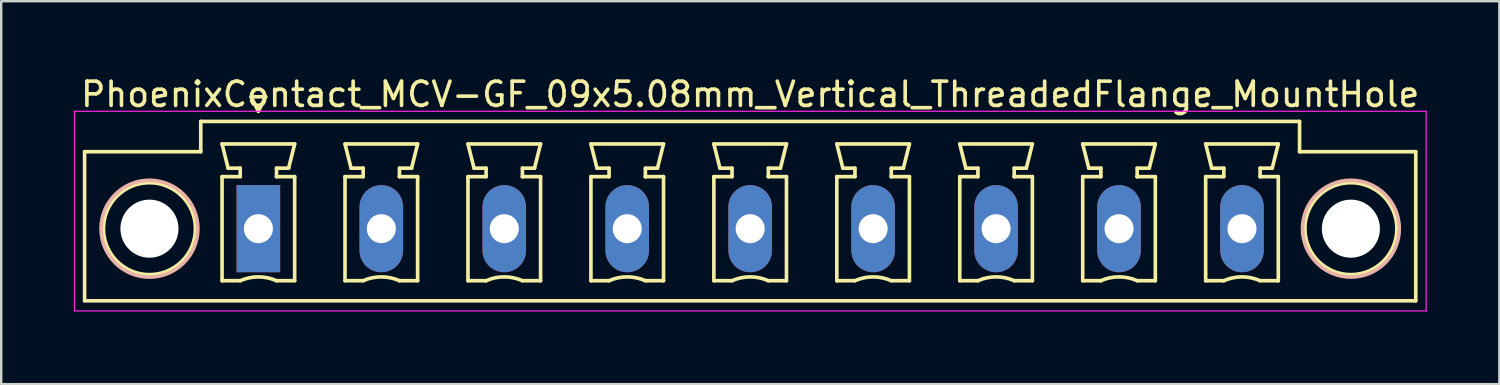
<source format=kicad_pcb>
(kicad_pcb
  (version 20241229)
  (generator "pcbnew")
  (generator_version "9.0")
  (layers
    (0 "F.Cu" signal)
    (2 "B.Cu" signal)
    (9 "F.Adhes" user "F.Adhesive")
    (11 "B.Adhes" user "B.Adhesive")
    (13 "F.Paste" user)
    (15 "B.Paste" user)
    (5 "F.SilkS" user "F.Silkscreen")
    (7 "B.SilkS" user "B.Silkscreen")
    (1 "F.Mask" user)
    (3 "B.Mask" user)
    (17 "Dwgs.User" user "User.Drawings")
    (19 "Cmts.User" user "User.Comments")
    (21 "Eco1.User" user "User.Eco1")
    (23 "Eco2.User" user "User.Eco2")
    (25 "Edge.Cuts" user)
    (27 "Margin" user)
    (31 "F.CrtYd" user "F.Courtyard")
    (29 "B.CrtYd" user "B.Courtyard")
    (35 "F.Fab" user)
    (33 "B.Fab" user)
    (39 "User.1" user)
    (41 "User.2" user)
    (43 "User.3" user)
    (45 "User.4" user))
  (footprint "PhoenixContact_MCV-GF_09x5.08mm_Vertical_ThreadedFlange_MountHole"
    (layer "F.Cu")
    (at 7.625 6.398)
    (property "Reference" "PhoenixContact_MCV-GF_09x5.08mm_Vertical_ThreadedFlange_MountHole" (at 20.32 -5.55 0) (layer "F.SilkS") (effects (font (size 1 1) (thickness 0.15))))
    (attr through_hole)
    (fp_line (start -7.18 -3.18) (end -7.18 2.98) (stroke (width 0.15) (type solid)) (layer "F.SilkS"))
    (fp_line (start -7.18 2.98) (end 47.82 2.98) (stroke (width 0.15) (type solid)) (layer "F.SilkS"))
    (fp_line (start -2.38 -4.43) (end -2.38 -3.18) (stroke (width 0.15) (type solid)) (layer "F.SilkS"))
    (fp_line (start -2.38 -3.18) (end -7.18 -3.18) (stroke (width 0.15) (type solid)) (layer "F.SilkS"))
    (fp_line (start -1.5 -3.5) (end 1.5 -3.5) (stroke (width 0.15) (type solid)) (layer "F.SilkS"))
    (fp_line (start -1.5 -2.15) (end -0.75 -2.15) (stroke (width 0.15) (type solid)) (layer "F.SilkS"))
    (fp_line (start -1.5 2.15) (end -1.5 -2.15) (stroke (width 0.15) (type solid)) (layer "F.SilkS"))
    (fp_line (start -1.25 -2.5) (end -1.5 -3.5) (stroke (width 0.15) (type solid)) (layer "F.SilkS"))
    (fp_line (start -0.75 -2.5) (end -1.25 -2.5) (stroke (width 0.15) (type solid)) (layer "F.SilkS"))
    (fp_line (start -0.75 -2.15) (end -0.75 -2.5) (stroke (width 0.15) (type solid)) (layer "F.SilkS"))
    (fp_line (start -0.75 2.15) (end -1.5 2.15) (stroke (width 0.15) (type solid)) (layer "F.SilkS"))
    (fp_line (start -0.3 -5.45) (end 0 -4.85) (stroke (width 0.15) (type solid)) (layer "F.SilkS"))
    (fp_line (start 0 -4.85) (end 0.3 -5.45) (stroke (width 0.15) (type solid)) (layer "F.SilkS"))
    (fp_line (start 0.3 -5.45) (end -0.3 -5.45) (stroke (width 0.15) (type solid)) (layer "F.SilkS"))
    (fp_line (start 0.75 -2.5) (end 0.75 -2.15) (stroke (width 0.15) (type solid)) (layer "F.SilkS"))
    (fp_line (start 0.75 -2.15) (end 0.75 -2.15) (stroke (width 0.15) (type solid)) (layer "F.SilkS"))
    (fp_line (start 0.75 -2.15) (end 1.5 -2.15) (stroke (width 0.15) (type solid)) (layer "F.SilkS"))
    (fp_line (start 1.25 -2.5) (end 0.75 -2.5) (stroke (width 0.15) (type solid)) (layer "F.SilkS"))
    (fp_line (start 1.5 -3.5) (end 1.25 -2.5) (stroke (width 0.15) (type solid)) (layer "F.SilkS"))
    (fp_line (start 1.5 -2.15) (end 1.5 2.15) (stroke (width 0.15) (type solid)) (layer "F.SilkS"))
    (fp_line (start 1.5 2.15) (end 0.75 2.15) (stroke (width 0.15) (type solid)) (layer "F.SilkS"))
    (fp_line (start 3.58 -3.5) (end 6.58 -3.5) (stroke (width 0.15) (type solid)) (layer "F.SilkS"))
    (fp_line (start 3.58 -2.15) (end 4.33 -2.15) (stroke (width 0.15) (type solid)) (layer "F.SilkS"))
    (fp_line (start 3.58 2.15) (end 3.58 -2.15) (stroke (width 0.15) (type solid)) (layer "F.SilkS"))
    (fp_line (start 3.83 -2.5) (end 3.58 -3.5) (stroke (width 0.15) (type solid)) (layer "F.SilkS"))
    (fp_line (start 4.33 -2.5) (end 3.83 -2.5) (stroke (width 0.15) (type solid)) (layer "F.SilkS"))
    (fp_line (start 4.33 -2.15) (end 4.33 -2.5) (stroke (width 0.15) (type solid)) (layer "F.SilkS"))
    (fp_line (start 4.33 2.15) (end 3.58 2.15) (stroke (width 0.15) (type solid)) (layer "F.SilkS"))
    (fp_line (start 5.83 -2.5) (end 5.83 -2.15) (stroke (width 0.15) (type solid)) (layer "F.SilkS"))
    (fp_line (start 5.83 -2.15) (end 5.83 -2.15) (stroke (width 0.15) (type solid)) (layer "F.SilkS"))
    (fp_line (start 5.83 -2.15) (end 6.58 -2.15) (stroke (width 0.15) (type solid)) (layer "F.SilkS"))
    (fp_line (start 6.33 -2.5) (end 5.83 -2.5) (stroke (width 0.15) (type solid)) (layer "F.SilkS"))
    (fp_line (start 6.58 -3.5) (end 6.33 -2.5) (stroke (width 0.15) (type solid)) (layer "F.SilkS"))
    (fp_line (start 6.58 -2.15) (end 6.58 2.15) (stroke (width 0.15) (type solid)) (layer "F.SilkS"))
    (fp_line (start 6.58 2.15) (end 5.83 2.15) (stroke (width 0.15) (type solid)) (layer "F.SilkS"))
    (fp_line (start 8.66 -3.5) (end 11.66 -3.5) (stroke (width 0.15) (type solid)) (layer "F.SilkS"))
    (fp_line (start 8.66 -2.15) (end 9.41 -2.15) (stroke (width 0.15) (type solid)) (layer "F.SilkS"))
    (fp_line (start 8.66 2.15) (end 8.66 -2.15) (stroke (width 0.15) (type solid)) (layer "F.SilkS"))
    (fp_line (start 8.91 -2.5) (end 8.66 -3.5) (stroke (width 0.15) (type solid)) (layer "F.SilkS"))
    (fp_line (start 9.41 -2.5) (end 8.91 -2.5) (stroke (width 0.15) (type solid)) (layer "F.SilkS"))
    (fp_line (start 9.41 -2.15) (end 9.41 -2.5) (stroke (width 0.15) (type solid)) (layer "F.SilkS"))
    (fp_line (start 9.41 2.15) (end 8.66 2.15) (stroke (width 0.15) (type solid)) (layer "F.SilkS"))
    (fp_line (start 10.91 -2.5) (end 10.91 -2.15) (stroke (width 0.15) (type solid)) (layer "F.SilkS"))
    (fp_line (start 10.91 -2.15) (end 10.91 -2.15) (stroke (width 0.15) (type solid)) (layer "F.SilkS"))
    (fp_line (start 10.91 -2.15) (end 11.66 -2.15) (stroke (width 0.15) (type solid)) (layer "F.SilkS"))
    (fp_line (start 11.41 -2.5) (end 10.91 -2.5) (stroke (width 0.15) (type solid)) (layer "F.SilkS"))
    (fp_line (start 11.66 -3.5) (end 11.41 -2.5) (stroke (width 0.15) (type solid)) (layer "F.SilkS"))
    (fp_line (start 11.66 -2.15) (end 11.66 2.15) (stroke (width 0.15) (type solid)) (layer "F.SilkS"))
    (fp_line (start 11.66 2.15) (end 10.91 2.15) (stroke (width 0.15) (type solid)) (layer "F.SilkS"))
    (fp_line (start 13.74 -3.5) (end 16.74 -3.5) (stroke (width 0.15) (type solid)) (layer "F.SilkS"))
    (fp_line (start 13.74 -2.15) (end 14.49 -2.15) (stroke (width 0.15) (type solid)) (layer "F.SilkS"))
    (fp_line (start 13.74 2.15) (end 13.74 -2.15) (stroke (width 0.15) (type solid)) (layer "F.SilkS"))
    (fp_line (start 13.99 -2.5) (end 13.74 -3.5) (stroke (width 0.15) (type solid)) (layer "F.SilkS"))
    (fp_line (start 14.49 -2.5) (end 13.99 -2.5) (stroke (width 0.15) (type solid)) (layer "F.SilkS"))
    (fp_line (start 14.49 -2.15) (end 14.49 -2.5) (stroke (width 0.15) (type solid)) (layer "F.SilkS"))
    (fp_line (start 14.49 2.15) (end 13.74 2.15) (stroke (width 0.15) (type solid)) (layer "F.SilkS"))
    (fp_line (start 15.99 -2.5) (end 15.99 -2.15) (stroke (width 0.15) (type solid)) (layer "F.SilkS"))
    (fp_line (start 15.99 -2.15) (end 15.99 -2.15) (stroke (width 0.15) (type solid)) (layer "F.SilkS"))
    (fp_line (start 15.99 -2.15) (end 16.74 -2.15) (stroke (width 0.15) (type solid)) (layer "F.SilkS"))
    (fp_line (start 16.49 -2.5) (end 15.99 -2.5) (stroke (width 0.15) (type solid)) (layer "F.SilkS"))
    (fp_line (start 16.74 -3.5) (end 16.49 -2.5) (stroke (width 0.15) (type solid)) (layer "F.SilkS"))
    (fp_line (start 16.74 -2.15) (end 16.74 2.15) (stroke (width 0.15) (type solid)) (layer "F.SilkS"))
    (fp_line (start 16.74 2.15) (end 15.99 2.15) (stroke (width 0.15) (type solid)) (layer "F.SilkS"))
    (fp_line (start 18.82 -3.5) (end 21.82 -3.5) (stroke (width 0.15) (type solid)) (layer "F.SilkS"))
    (fp_line (start 18.82 -2.15) (end 19.57 -2.15) (stroke (width 0.15) (type solid)) (layer "F.SilkS"))
    (fp_line (start 18.82 2.15) (end 18.82 -2.15) (stroke (width 0.15) (type solid)) (layer "F.SilkS"))
    (fp_line (start 19.07 -2.5) (end 18.82 -3.5) (stroke (width 0.15) (type solid)) (layer "F.SilkS"))
    (fp_line (start 19.57 -2.5) (end 19.07 -2.5) (stroke (width 0.15) (type solid)) (layer "F.SilkS"))
    (fp_line (start 19.57 -2.15) (end 19.57 -2.5) (stroke (width 0.15) (type solid)) (layer "F.SilkS"))
    (fp_line (start 19.57 2.15) (end 18.82 2.15) (stroke (width 0.15) (type solid)) (layer "F.SilkS"))
    (fp_line (start 21.07 -2.5) (end 21.07 -2.15) (stroke (width 0.15) (type solid)) (layer "F.SilkS"))
    (fp_line (start 21.07 -2.15) (end 21.07 -2.15) (stroke (width 0.15) (type solid)) (layer "F.SilkS"))
    (fp_line (start 21.07 -2.15) (end 21.82 -2.15) (stroke (width 0.15) (type solid)) (layer "F.SilkS"))
    (fp_line (start 21.57 -2.5) (end 21.07 -2.5) (stroke (width 0.15) (type solid)) (layer "F.SilkS"))
    (fp_line (start 21.82 -3.5) (end 21.57 -2.5) (stroke (width 0.15) (type solid)) (layer "F.SilkS"))
    (fp_line (start 21.82 -2.15) (end 21.82 2.15) (stroke (width 0.15) (type solid)) (layer "F.SilkS"))
    (fp_line (start 21.82 2.15) (end 21.07 2.15) (stroke (width 0.15) (type solid)) (layer "F.SilkS"))
    (fp_line (start 23.9 -3.5) (end 26.9 -3.5) (stroke (width 0.15) (type solid)) (layer "F.SilkS"))
    (fp_line (start 23.9 -2.15) (end 24.65 -2.15) (stroke (width 0.15) (type solid)) (layer "F.SilkS"))
    (fp_line (start 23.9 2.15) (end 23.9 -2.15) (stroke (width 0.15) (type solid)) (layer "F.SilkS"))
    (fp_line (start 24.15 -2.5) (end 23.9 -3.5) (stroke (width 0.15) (type solid)) (layer "F.SilkS"))
    (fp_line (start 24.65 -2.5) (end 24.15 -2.5) (stroke (width 0.15) (type solid)) (layer "F.SilkS"))
    (fp_line (start 24.65 -2.15) (end 24.65 -2.5) (stroke (width 0.15) (type solid)) (layer "F.SilkS"))
    (fp_line (start 24.65 2.15) (end 23.9 2.15) (stroke (width 0.15) (type solid)) (layer "F.SilkS"))
    (fp_line (start 26.15 -2.5) (end 26.15 -2.15) (stroke (width 0.15) (type solid)) (layer "F.SilkS"))
    (fp_line (start 26.15 -2.15) (end 26.15 -2.15) (stroke (width 0.15) (type solid)) (layer "F.SilkS"))
    (fp_line (start 26.15 -2.15) (end 26.9 -2.15) (stroke (width 0.15) (type solid)) (layer "F.SilkS"))
    (fp_line (start 26.65 -2.5) (end 26.15 -2.5) (stroke (width 0.15) (type solid)) (layer "F.SilkS"))
    (fp_line (start 26.9 -3.5) (end 26.65 -2.5) (stroke (width 0.15) (type solid)) (layer "F.SilkS"))
    (fp_line (start 26.9 -2.15) (end 26.9 2.15) (stroke (width 0.15) (type solid)) (layer "F.SilkS"))
    (fp_line (start 26.9 2.15) (end 26.15 2.15) (stroke (width 0.15) (type solid)) (layer "F.SilkS"))
    (fp_line (start 28.98 -3.5) (end 31.98 -3.5) (stroke (width 0.15) (type solid)) (layer "F.SilkS"))
    (fp_line (start 28.98 -2.15) (end 29.73 -2.15) (stroke (width 0.15) (type solid)) (layer "F.SilkS"))
    (fp_line (start 28.98 2.15) (end 28.98 -2.15) (stroke (width 0.15) (type solid)) (layer "F.SilkS"))
    (fp_line (start 29.23 -2.5) (end 28.98 -3.5) (stroke (width 0.15) (type solid)) (layer "F.SilkS"))
    (fp_line (start 29.73 -2.5) (end 29.23 -2.5) (stroke (width 0.15) (type solid)) (layer "F.SilkS"))
    (fp_line (start 29.73 -2.15) (end 29.73 -2.5) (stroke (width 0.15) (type solid)) (layer "F.SilkS"))
    (fp_line (start 29.73 2.15) (end 28.98 2.15) (stroke (width 0.15) (type solid)) (layer "F.SilkS"))
    (fp_line (start 31.23 -2.5) (end 31.23 -2.15) (stroke (width 0.15) (type solid)) (layer "F.SilkS"))
    (fp_line (start 31.23 -2.15) (end 31.23 -2.15) (stroke (width 0.15) (type solid)) (layer "F.SilkS"))
    (fp_line (start 31.23 -2.15) (end 31.98 -2.15) (stroke (width 0.15) (type solid)) (layer "F.SilkS"))
    (fp_line (start 31.73 -2.5) (end 31.23 -2.5) (stroke (width 0.15) (type solid)) (layer "F.SilkS"))
    (fp_line (start 31.98 -3.5) (end 31.73 -2.5) (stroke (width 0.15) (type solid)) (layer "F.SilkS"))
    (fp_line (start 31.98 -2.15) (end 31.98 2.15) (stroke (width 0.15) (type solid)) (layer "F.SilkS"))
    (fp_line (start 31.98 2.15) (end 31.23 2.15) (stroke (width 0.15) (type solid)) (layer "F.SilkS"))
    (fp_line (start 34.06 -3.5) (end 37.06 -3.5) (stroke (width 0.15) (type solid)) (layer "F.SilkS"))
    (fp_line (start 34.06 -2.15) (end 34.81 -2.15) (stroke (width 0.15) (type solid)) (layer "F.SilkS"))
    (fp_line (start 34.06 2.15) (end 34.06 -2.15) (stroke (width 0.15) (type solid)) (layer "F.SilkS"))
    (fp_line (start 34.31 -2.5) (end 34.06 -3.5) (stroke (width 0.15) (type solid)) (layer "F.SilkS"))
    (fp_line (start 34.81 -2.5) (end 34.31 -2.5) (stroke (width 0.15) (type solid)) (layer "F.SilkS"))
    (fp_line (start 34.81 -2.15) (end 34.81 -2.5) (stroke (width 0.15) (type solid)) (layer "F.SilkS"))
    (fp_line (start 34.81 2.15) (end 34.06 2.15) (stroke (width 0.15) (type solid)) (layer "F.SilkS"))
    (fp_line (start 36.31 -2.5) (end 36.31 -2.15) (stroke (width 0.15) (type solid)) (layer "F.SilkS"))
    (fp_line (start 36.31 -2.15) (end 36.31 -2.15) (stroke (width 0.15) (type solid)) (layer "F.SilkS"))
    (fp_line (start 36.31 -2.15) (end 37.06 -2.15) (stroke (width 0.15) (type solid)) (layer "F.SilkS"))
    (fp_line (start 36.81 -2.5) (end 36.31 -2.5) (stroke (width 0.15) (type solid)) (layer "F.SilkS"))
    (fp_line (start 37.06 -3.5) (end 36.81 -2.5) (stroke (width 0.15) (type solid)) (layer "F.SilkS"))
    (fp_line (start 37.06 -2.15) (end 37.06 2.15) (stroke (width 0.15) (type solid)) (layer "F.SilkS"))
    (fp_line (start 37.06 2.15) (end 36.31 2.15) (stroke (width 0.15) (type solid)) (layer "F.SilkS"))
    (fp_line (start 39.14 -3.5) (end 42.14 -3.5) (stroke (width 0.15) (type solid)) (layer "F.SilkS"))
    (fp_line (start 39.14 -2.15) (end 39.89 -2.15) (stroke (width 0.15) (type solid)) (layer "F.SilkS"))
    (fp_line (start 39.14 2.15) (end 39.14 -2.15) (stroke (width 0.15) (type solid)) (layer "F.SilkS"))
    (fp_line (start 39.39 -2.5) (end 39.14 -3.5) (stroke (width 0.15) (type solid)) (layer "F.SilkS"))
    (fp_line (start 39.89 -2.5) (end 39.39 -2.5) (stroke (width 0.15) (type solid)) (layer "F.SilkS"))
    (fp_line (start 39.89 -2.15) (end 39.89 -2.5) (stroke (width 0.15) (type solid)) (layer "F.SilkS"))
    (fp_line (start 39.89 2.15) (end 39.14 2.15) (stroke (width 0.15) (type solid)) (layer "F.SilkS"))
    (fp_line (start 41.39 -2.5) (end 41.39 -2.15) (stroke (width 0.15) (type solid)) (layer "F.SilkS"))
    (fp_line (start 41.39 -2.15) (end 41.39 -2.15) (stroke (width 0.15) (type solid)) (layer "F.SilkS"))
    (fp_line (start 41.39 -2.15) (end 42.14 -2.15) (stroke (width 0.15) (type solid)) (layer "F.SilkS"))
    (fp_line (start 41.89 -2.5) (end 41.39 -2.5) (stroke (width 0.15) (type solid)) (layer "F.SilkS"))
    (fp_line (start 42.14 -3.5) (end 41.89 -2.5) (stroke (width 0.15) (type solid)) (layer "F.SilkS"))
    (fp_line (start 42.14 -2.15) (end 42.14 2.15) (stroke (width 0.15) (type solid)) (layer "F.SilkS"))
    (fp_line (start 42.14 2.15) (end 41.39 2.15) (stroke (width 0.15) (type solid)) (layer "F.SilkS"))
    (fp_line (start 43.02 -4.43) (end -2.38 -4.43) (stroke (width 0.15) (type solid)) (layer "F.SilkS"))
    (fp_line (start 43.02 -3.18) (end 43.02 -4.43) (stroke (width 0.15) (type solid)) (layer "F.SilkS"))
    (fp_line (start 47.82 -3.18) (end 43.02 -3.18) (stroke (width 0.15) (type solid)) (layer "F.SilkS"))
    (fp_line (start 47.82 2.98) (end 47.82 -3.18) (stroke (width 0.15) (type solid)) (layer "F.SilkS"))
    (fp_arc (start -0.75 2.15) (mid -0.000193 1.99191) (end 0.749647 2.149844) (stroke (width 0.15) (type solid)) (layer "F.SilkS"))
    (fp_arc (start 4.33 2.15) (mid 5.079807 1.99191) (end 5.829647 2.149844) (stroke (width 0.15) (type solid)) (layer "F.SilkS"))
    (fp_arc (start 9.41 2.15) (mid 10.159807 1.99191) (end 10.909647 2.149844) (stroke (width 0.15) (type solid)) (layer "F.SilkS"))
    (fp_arc (start 14.49 2.15) (mid 15.239807 1.99191) (end 15.989647 2.149844) (stroke (width 0.15) (type solid)) (layer "F.SilkS"))
    (fp_arc (start 19.57 2.15) (mid 20.319807 1.99191) (end 21.069647 2.149844) (stroke (width 0.15) (type solid)) (layer "F.SilkS"))
    (fp_arc (start 24.65 2.15) (mid 25.399807 1.99191) (end 26.149647 2.149844) (stroke (width 0.15) (type solid)) (layer "F.SilkS"))
    (fp_arc (start 29.73 2.15) (mid 30.479807 1.99191) (end 31.229647 2.149844) (stroke (width 0.15) (type solid)) (layer "F.SilkS"))
    (fp_arc (start 34.81 2.15) (mid 35.559807 1.99191) (end 36.309647 2.149844) (stroke (width 0.15) (type solid)) (layer "F.SilkS"))
    (fp_arc (start 39.89 2.15) (mid 40.639807 1.99191) (end 41.389647 2.149844) (stroke (width 0.15) (type solid)) (layer "F.SilkS"))
    (fp_circle (center -4.5 0) (end -2.6 0) (stroke (width 0.15) (type solid)) (fill no) (layer "F.SilkS"))
    (fp_circle (center 45.14 0) (end 47.04 0) (stroke (width 0.15) (type solid)) (fill no) (layer "F.SilkS"))
    (fp_circle (center -4.5 0) (end -2.5 0) (stroke (width 0.15) (type solid)) (fill no) (layer "B.SilkS"))
    (fp_circle (center 45.14 0) (end 47.14 0) (stroke (width 0.15) (type solid)) (fill no) (layer "B.SilkS"))
    (fp_line (start -7.6 -4.85) (end -7.6 3.4) (stroke (width 0.05) (type solid)) (layer "F.CrtYd"))
    (fp_line (start -7.6 3.4) (end 48.25 3.4) (stroke (width 0.05) (type solid)) (layer "F.CrtYd"))
    (fp_line (start 48.25 -4.85) (end -7.6 -4.85) (stroke (width 0.05) (type solid)) (layer "F.CrtYd"))
    (fp_line (start 48.25 3.4) (end 48.25 -4.85) (stroke (width 0.05) (type solid)) (layer "F.CrtYd"))
    (pad "" np_thru_hole circle (at -4.5 0) (size 2.4 2.4) (drill 2.4) (layers "*.Cu" "*.Mask"))
    (pad "" np_thru_hole circle (at 45.14 0) (size 2.4 2.4) (drill 2.4) (layers "*.Cu" "*.Mask"))
    (pad "1" thru_hole rect (at 0 0) (size 1.8 3.6) (drill 1.2) (layers "*.Cu" "*.Mask"))
    (pad "2" thru_hole oval (at 5.08 0) (size 1.8 3.6) (drill 1.2) (layers "*.Cu" "*.Mask"))
    (pad "3" thru_hole oval (at 10.16 0) (size 1.8 3.6) (drill 1.2) (layers "*.Cu" "*.Mask"))
    (pad "4" thru_hole oval (at 15.24 0) (size 1.8 3.6) (drill 1.2) (layers "*.Cu" "*.Mask"))
    (pad "5" thru_hole oval (at 20.32 0) (size 1.8 3.6) (drill 1.2) (layers "*.Cu" "*.Mask"))
    (pad "6" thru_hole oval (at 25.4 0) (size 1.8 3.6) (drill 1.2) (layers "*.Cu" "*.Mask"))
    (pad "7" thru_hole oval (at 30.48 0) (size 1.8 3.6) (drill 1.2) (layers "*.Cu" "*.Mask"))
    (pad "8" thru_hole oval (at 35.56 0) (size 1.8 3.6) (drill 1.2) (layers "*.Cu" "*.Mask"))
    (pad "9" thru_hole oval (at 40.64 0) (size 1.8 3.6) (drill 1.2) (layers "*.Cu" "*.Mask")))
  (gr_rect
    (start -3 -3)
    (end 58.9 12.823)
    (stroke (width 0.1) (type default))
    (fill no)
    (layer "Edge.Cuts")))
</source>
